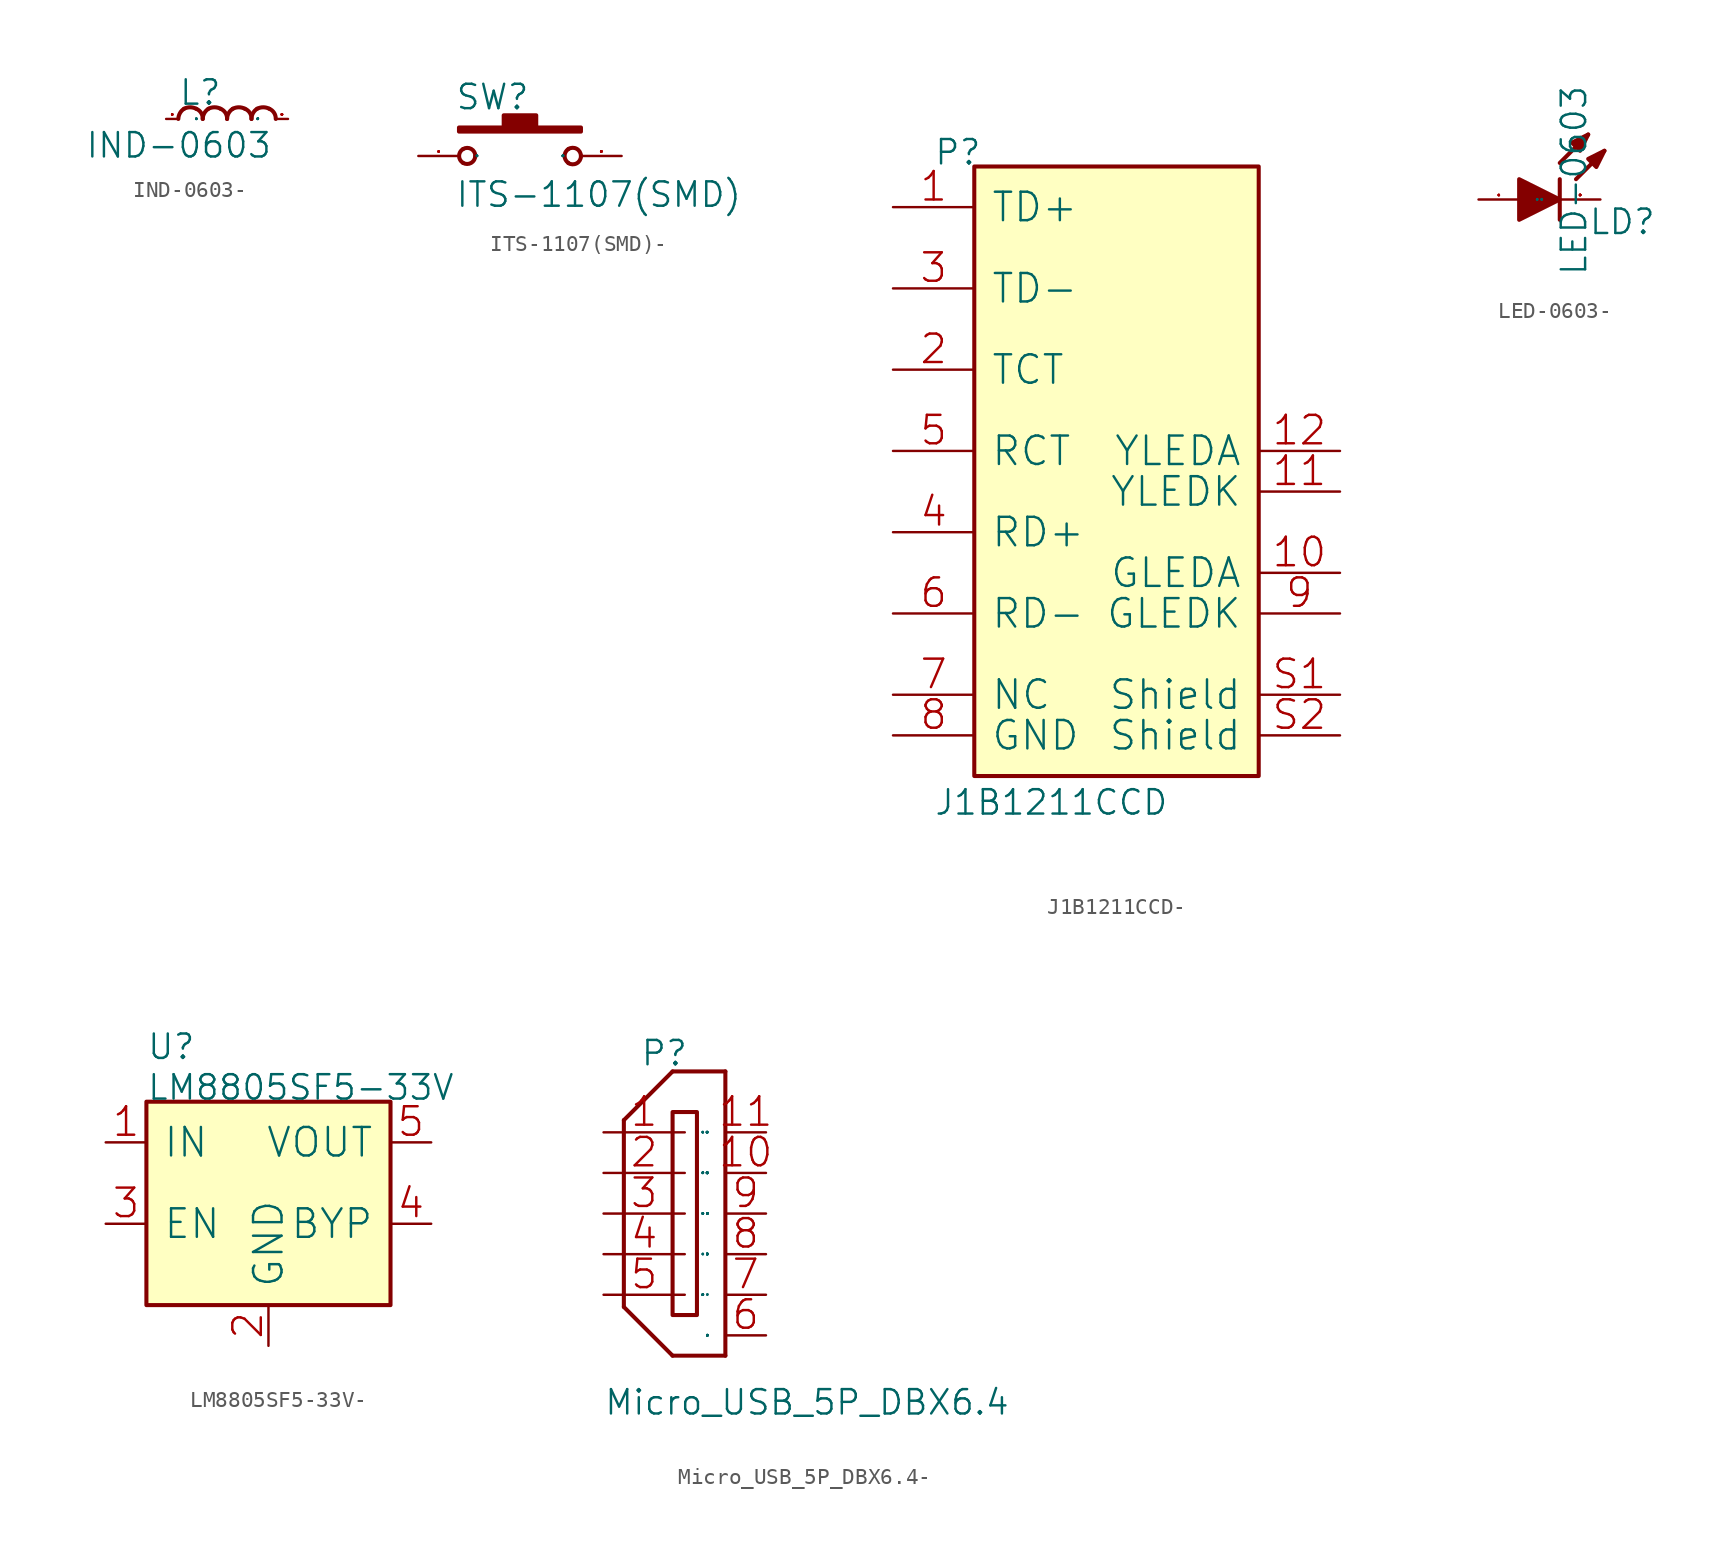
<source format=kicad_sym>
(kicad_symbol_lib
  (version 20220914)
  (generator kicad_symbol_editor)
  (symbol "IND-0603-"
    (pin_names
      (offset 1.016))
    (property "Reference" "L"
      (at 0.762 0.762 0)
      (effects (font (size 1.524 1.524)) (justify left bottom)))
    (property "Value" "IND-0603"
      (at -5.08 -2.54 0)
      (effects (font (size 1.524 1.524)) (justify left bottom)))
    (property "Footprint" ""
      (at 0 0 0)
      (effects (font (size 1.524 1.524))))
    (property "Datasheet" ""
      (at 0 0 0)
      (effects (font (size 1.524 1.524))))
    (symbol "IND-0603-_0_1"
      (pin passive line (at 0 0 0) (length 0.762) (name "1" (effects (font (size 0.025 0.025)))) (number "1" (effects (font (size 0.025 0.025)))))
      (pin passive line (at 7.62 0 180) (length 0.762) (name "2" (effects (font (size 0.025 0.025)))) (number "2" (effects (font (size 0.025 0.025))))))
    (symbol "IND-0603-_1_1"
      (arc (start 1.1176 0.635) (mid 0.8626 0.3619) (end 0.762 0) (stroke (width 0.254) (type solid)) (fill (type none)))
      (arc (start 1.8796 0.635) (mid 1.5026 0.7275) (end 1.1176 0.635) (stroke (width 0.254) (type solid)) (fill (type none)))
      (arc (start 2.286 0) (mid 2.1814 0.3853) (end 1.8796 0.635) (stroke (width 0.254) (type solid)) (fill (type none)))
      (arc (start 2.6416 0.635) (mid 2.3866 0.3619) (end 2.286 0) (stroke (width 0.254) (type solid)) (fill (type none)))
      (arc (start 3.4036 0.635) (mid 3.0266 0.7275) (end 2.6416 0.635) (stroke (width 0.254) (type solid)) (fill (type none)))
      (arc (start 3.81 0) (mid 3.7054 0.3853) (end 3.4036 0.635) (stroke (width 0.254) (type solid)) (fill (type none)))
      (arc (start 4.1656 0.635) (mid 3.9106 0.3619) (end 3.81 0) (stroke (width 0.254) (type solid)) (fill (type none)))
      (arc (start 4.9276 0.635) (mid 4.5506 0.7275) (end 4.1656 0.635) (stroke (width 0.254) (type solid)) (fill (type none)))
      (arc (start 5.334 0) (mid 5.2294 0.3853) (end 4.9276 0.635) (stroke (width 0.254) (type solid)) (fill (type none)))
      (arc (start 5.6896 0.635) (mid 5.4346 0.3619) (end 5.334 0) (stroke (width 0.254) (type solid)) (fill (type none)))
      (arc (start 6.4516 0.635) (mid 6.0746 0.7275) (end 5.6896 0.635) (stroke (width 0.254) (type solid)) (fill (type none)))
      (arc (start 6.858 0) (mid 6.7534 0.3853) (end 6.4516 0.635) (stroke (width 0.254) (type solid)) (fill (type none)))))
  (symbol "ITS-1107(SMD)-"
    (pin_names
      (offset 1.016))
    (property "Reference" "SW"
      (at -2.794 2.794 0)
      (effects (font (size 1.524 1.524)) (justify left bottom)))
    (property "Value" "ITS-1107(SMD)"
      (at -2.794 -3.302 0)
      (effects (font (size 1.524 1.524)) (justify left bottom)))
    (property "Footprint" ""
      (at 0 0 0)
      (effects (font (size 1.524 1.524))))
    (property "Datasheet" ""
      (at 0 0 0)
      (effects (font (size 1.524 1.524))))
    (symbol "ITS-1107(SMD)-_0_1"
      (polyline (pts (xy -2.54 1.778) (xy -2.54 1.524) (xy 5.08 1.524) (xy 5.08 1.778) (xy 2.286 1.778) (xy 2.286 2.54) (xy 0.254 2.54) (xy 0.254 1.778) (xy -2.54 1.778)) (stroke (width 0.254) (type solid)) (fill (type outline)))
      (pin passive line (at -5.08 0 0) (length 2.54) (name "1" (effects (font (size 0.025 0.025)))) (number "1" (effects (font (size 0.025 0.025)))))
      (pin passive line (at 7.62 0 180) (length 2.54) (name "2" (effects (font (size 0.025 0.025)))) (number "2" (effects (font (size 0.025 0.025))))))
    (symbol "ITS-1107(SMD)-_1_1"
      (arc (start -2.286 -0.4318) (mid -1.7833 -0.4349) (end -1.524 0) (stroke (width 0.254) (type solid)) (fill (type none)))
      (arc (start -2.286 0.4318) (mid -2.533 0) (end -2.286 -0.4318) (stroke (width 0.254) (type solid)) (fill (type none)))
      (arc (start -1.524 0) (mid -1.7798 0.441) (end -2.286 0.4318) (stroke (width 0.254) (type solid)) (fill (type none)))
      (arc (start 4.2926 -0.4318) (mid 4.8178 -0.4518) (end 5.08 0) (stroke (width 0.254) (type solid)) (fill (type none)))
      (arc (start 4.2926 0.4318) (mid 4.0577 0) (end 4.2926 -0.4318) (stroke (width 0.254) (type solid)) (fill (type none)))
      (arc (start 5.08 0) (mid 4.8148 0.4462) (end 4.2926 0.4318) (stroke (width 0.254) (type solid)) (fill (type none)))))
  (symbol "J1B1211CCD-"
    (pin_names
      (offset 1.016))
    (property "Reference" "P"
      (at -10.16 17.78 0)
      (effects (font (size 1.524 1.524)) (justify left bottom)))
    (property "Value" "J1B1211CCD"
      (at -10.16 -22.86 0)
      (effects (font (size 1.524 1.524)) (justify left bottom)))
    (property "Footprint" ""
      (at 0 0 0)
      (effects (font (size 1.524 1.524))))
    (property "Datasheet" ""
      (at 0 0 0)
      (effects (font (size 1.524 1.524))))
    (symbol "J1B1211CCD-_0_1"
      (rectangle (start 10.16 -20.32) (end -7.62 17.78) (stroke (width 0.254) (type solid)) (fill (type background)))
      (pin passive line (at -12.7 15.24 0) (length 5.08) (name "TD+" (effects (font (size 1.778 1.778)))) (number "1" (effects (font (size 1.778 1.778)))))
      (pin passive line (at 15.24 -7.62 180) (length 5.08) (name "GLEDA" (effects (font (size 1.778 1.778)))) (number "10" (effects (font (size 1.778 1.778)))))
      (pin passive line (at 15.24 -2.54 180) (length 5.08) (name "YLEDK" (effects (font (size 1.778 1.778)))) (number "11" (effects (font (size 1.778 1.778)))))
      (pin passive line (at 15.24 0 180) (length 5.08) (name "YLEDA" (effects (font (size 1.778 1.778)))) (number "12" (effects (font (size 1.778 1.778)))))
      (pin passive line (at -12.7 5.08 0) (length 5.08) (name "TCT" (effects (font (size 1.778 1.778)))) (number "2" (effects (font (size 1.778 1.778)))))
      (pin passive line (at -12.7 10.16 0) (length 5.08) (name "TD-" (effects (font (size 1.778 1.778)))) (number "3" (effects (font (size 1.778 1.778)))))
      (pin passive line (at -12.7 -5.08 0) (length 5.08) (name "RD+" (effects (font (size 1.778 1.778)))) (number "4" (effects (font (size 1.778 1.778)))))
      (pin passive line (at -12.7 0 0) (length 5.08) (name "RCT" (effects (font (size 1.778 1.778)))) (number "5" (effects (font (size 1.778 1.778)))))
      (pin passive line (at -12.7 -10.16 0) (length 5.08) (name "RD-" (effects (font (size 1.778 1.778)))) (number "6" (effects (font (size 1.778 1.778)))))
      (pin passive line (at -12.7 -15.24 0) (length 5.08) (name "NC" (effects (font (size 1.778 1.778)))) (number "7" (effects (font (size 1.778 1.778)))))
      (pin passive line (at -12.7 -17.78 0) (length 5.08) (name "GND" (effects (font (size 1.778 1.778)))) (number "8" (effects (font (size 1.778 1.778)))))
      (pin passive line (at 15.24 -10.16 180) (length 5.08) (name "GLEDK" (effects (font (size 1.778 1.778)))) (number "9" (effects (font (size 1.778 1.778)))))
      (pin passive line (at 15.24 -15.24 180) (length 5.08) (name "Shield" (effects (font (size 1.778 1.778)))) (number "S1" (effects (font (size 1.778 1.778)))))
      (pin passive line (at 15.24 -17.78 180) (length 5.08) (name "Shield" (effects (font (size 1.778 1.778)))) (number "S2" (effects (font (size 1.778 1.778)))))))
  (symbol "LED-0603-"
    (pin_names
      (offset 1.016))
    (property "Reference" "LD"
      (at 4.318 -2.286 0)
      (effects (font (size 1.524 1.524)) (justify left bottom)))
    (property "Value" "LED-0603"
      (at 4.318 -4.826 90)
      (effects (font (size 1.524 1.524)) (justify left bottom)))
    (property "Footprint" ""
      (at 0 0 0)
      (effects (font (size 1.524 1.524))))
    (property "Datasheet" ""
      (at 0 0 0)
      (effects (font (size 1.524 1.524))))
    (symbol "LED-0603-_0_1"
      (polyline (pts (xy 2.54 1.27) (xy 2.54 -1.27)) (stroke (width 0.254) (type solid)) (fill (type none)))
      (polyline (pts (xy 2.54 2.286) (xy 4.318 4.064)) (stroke (width 0.254) (type solid)) (fill (type none)))
      (polyline (pts (xy 3.556 1.27) (xy 5.334 3.048)) (stroke (width 0.254) (type solid)) (fill (type none)))
      (polyline (pts (xy 0 -1.27) (xy 2.54 0) (xy 0 1.27) (xy 0 -1.27)) (stroke (width 0.254) (type solid)) (fill (type outline)))
      (polyline (pts (xy 4.318 4.064) (xy 3.302 3.556) (xy 3.81 3.048) (xy 4.318 4.064)) (stroke (width 0.254) (type solid)) (fill (type outline)))
      (polyline (pts (xy 5.334 3.048) (xy 4.318 2.54) (xy 4.826 2.032) (xy 5.334 3.048)) (stroke (width 0.254) (type solid)) (fill (type outline)))
      (pin passive line (at -2.54 0 0) (length 2.54) (name "A" (effects (font (size 0.025 0.025)))) (number "1" (effects (font (size 0.025 0.025)))))
      (pin passive line (at 5.08 0 180) (length 2.54) (name "K" (effects (font (size 0.025 0.025)))) (number "2" (effects (font (size 0.025 0.025)))))))
  (symbol "LM8805SF5-33V-"
    (pin_names
      (offset 1.016))
    (property "Reference" "U"
      (at -7.62 10.16 0)
      (effects (font (size 1.524 1.524)) (justify left bottom)))
    (property "Value" "LM8805SF5-33V"
      (at -7.62 7.62 0)
      (effects (font (size 1.524 1.524)) (justify left bottom)))
    (property "Footprint" ""
      (at 0 0 0)
      (effects (font (size 1.524 1.524))))
    (property "Datasheet" ""
      (at 0 0 0)
      (effects (font (size 1.524 1.524))))
    (symbol "LM8805SF5-33V-_0_1"
      (rectangle (start -7.62 -5.08) (end 7.62 7.62) (stroke (width 0.254) (type solid)) (fill (type background)))
      (pin power_in line (at -10.16 5.08 0) (length 2.54) (name "IN" (effects (font (size 1.778 1.778)))) (number "1" (effects (font (size 1.778 1.778)))))
      (pin power_in line (at 0 -7.62 90) (length 2.54) (name "GND" (effects (font (size 1.778 1.778)))) (number "2" (effects (font (size 1.778 1.778)))))
      (pin power_in line (at -10.16 0 0) (length 2.54) (name "EN" (effects (font (size 1.778 1.778)))) (number "3" (effects (font (size 1.778 1.778)))))
      (pin power_in line (at 10.16 0 180) (length 2.54) (name "BYP" (effects (font (size 1.778 1.778)))) (number "4" (effects (font (size 1.778 1.778)))))
      (pin power_in line (at 10.16 5.08 180) (length 2.54) (name "VOUT" (effects (font (size 1.778 1.778)))) (number "5" (effects (font (size 1.778 1.778)))))))
  (symbol "Micro_USB_5P_DBX6.4-"
    (pin_names
      (offset 1.016))
    (property "Reference" "P"
      (at -2.794 6.604 0)
      (effects (font (size 1.524 1.524)) (justify left bottom)))
    (property "Value" "Micro_USB_5P_DBX6.4"
      (at -5.08 -15.24 0)
      (effects (font (size 1.524 1.524)) (justify left bottom)))
    (property "Footprint" ""
      (at 0 0 0)
      (effects (font (size 1.524 1.524))))
    (property "Datasheet" ""
      (at 0 0 0)
      (effects (font (size 1.524 1.524))))
    (symbol "Micro_USB_5P_DBX6.4-_0_1"
      (polyline (pts (xy -3.81 -8.382) (xy -3.81 3.302)) (stroke (width 0.254) (type solid)) (fill (type none)))
      (polyline (pts (xy -3.81 3.302) (xy -0.762 6.35)) (stroke (width 0.254) (type solid)) (fill (type none)))
      (polyline (pts (xy -0.762 -11.43) (xy -3.81 -8.382)) (stroke (width 0.254) (type solid)) (fill (type none)))
      (polyline (pts (xy 2.54 -11.43) (xy -0.762 -11.43)) (stroke (width 0.254) (type solid)) (fill (type none)))
      (polyline (pts (xy 2.54 6.35) (xy -0.762 6.35)) (stroke (width 0.254) (type solid)) (fill (type none)))
      (polyline (pts (xy 2.54 6.35) (xy 2.54 -11.43)) (stroke (width 0.254) (type solid)) (fill (type none)))
      (polyline (pts (xy -0.762 3.81) (xy -0.762 -8.89) (xy 0.762 -8.89) (xy 0.762 3.81) (xy -0.762 3.81)) (stroke (width 0.254) (type solid)) (fill (type none)))
      (pin passive line (at -5.08 2.54 0) (length 5.08) (name "1" (effects (font (size 0.025 0.025)))) (number "1" (effects (font (size 1.778 1.778)))))
      (pin passive line (at 5.08 0 180) (length 2.54) (name "10" (effects (font (size 0.025 0.025)))) (number "10" (effects (font (size 1.778 1.778)))))
      (pin passive line (at 5.08 2.54 180) (length 2.54) (name "11" (effects (font (size 0.025 0.025)))) (number "11" (effects (font (size 1.778 1.778)))))
      (pin passive line (at -5.08 0 0) (length 5.08) (name "2" (effects (font (size 0.025 0.025)))) (number "2" (effects (font (size 1.778 1.778)))))
      (pin passive line (at -5.08 -2.54 0) (length 5.08) (name "3" (effects (font (size 0.025 0.025)))) (number "3" (effects (font (size 1.778 1.778)))))
      (pin passive line (at -5.08 -5.08 0) (length 5.08) (name "4" (effects (font (size 0.025 0.025)))) (number "4" (effects (font (size 1.778 1.778)))))
      (pin passive line (at -5.08 -7.62 0) (length 5.08) (name "5" (effects (font (size 0.025 0.025)))) (number "5" (effects (font (size 1.778 1.778)))))
      (pin passive line (at 5.08 -10.16 180) (length 2.54) (name "6" (effects (font (size 0.025 0.025)))) (number "6" (effects (font (size 1.778 1.778)))))
      (pin passive line (at 5.08 -7.62 180) (length 2.54) (name "7" (effects (font (size 0.025 0.025)))) (number "7" (effects (font (size 1.778 1.778)))))
      (pin passive line (at 5.08 -5.08 180) (length 2.54) (name "8" (effects (font (size 0.025 0.025)))) (number "8" (effects (font (size 1.778 1.778)))))
      (pin passive line (at 5.08 -2.54 180) (length 2.54) (name "9" (effects (font (size 0.025 0.025)))) (number "9" (effects (font (size 1.778 1.778))))))))
</source>
